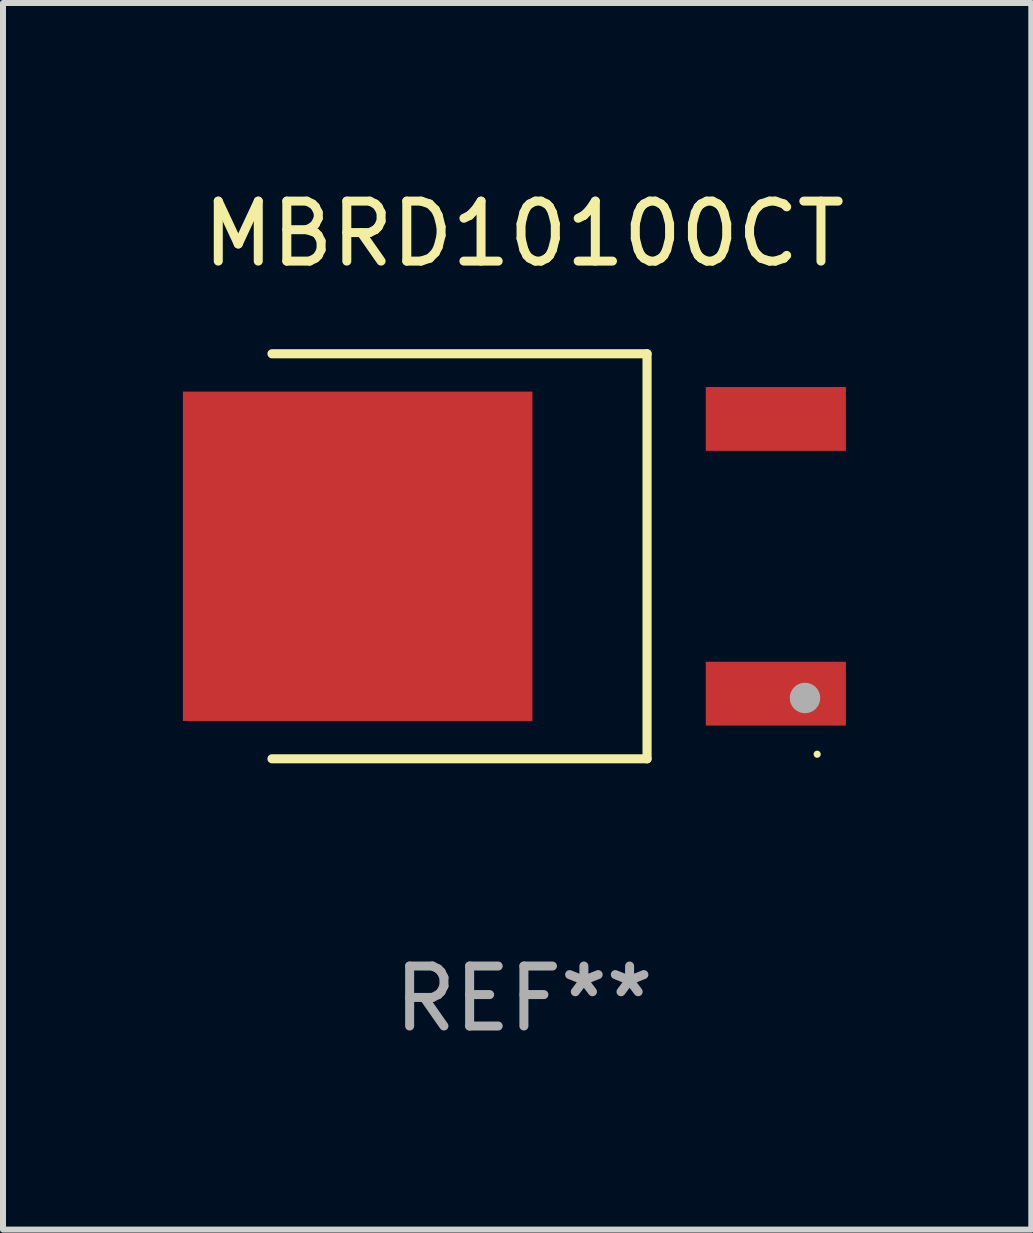
<source format=kicad_pcb>
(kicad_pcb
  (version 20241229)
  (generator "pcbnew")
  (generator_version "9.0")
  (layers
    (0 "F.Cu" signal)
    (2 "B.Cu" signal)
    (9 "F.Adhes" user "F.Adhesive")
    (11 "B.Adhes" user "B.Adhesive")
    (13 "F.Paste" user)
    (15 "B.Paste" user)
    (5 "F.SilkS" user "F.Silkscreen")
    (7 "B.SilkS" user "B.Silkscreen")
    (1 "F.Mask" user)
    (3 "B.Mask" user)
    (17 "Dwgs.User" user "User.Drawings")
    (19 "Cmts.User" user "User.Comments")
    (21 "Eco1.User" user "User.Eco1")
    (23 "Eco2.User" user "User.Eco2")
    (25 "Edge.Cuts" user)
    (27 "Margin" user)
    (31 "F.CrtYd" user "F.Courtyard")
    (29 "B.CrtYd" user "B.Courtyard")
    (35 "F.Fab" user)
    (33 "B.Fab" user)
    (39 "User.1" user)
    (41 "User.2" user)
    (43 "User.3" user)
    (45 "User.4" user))
  (footprint "MBRD10100CT"
    (layer "F.Cu")
    (at 5.684 6.224)
    (property "Reference" "MBRD10100CT" (at 0 -5.376 0) (layer "F.SilkS") (effects (font (size 1 1) (thickness 0.15))))
    (attr through_hole)
    (fp_line (start -4.2 -3.376) (end 2.053 -3.376) (stroke (width 0.152) (type solid)) (layer "F.SilkS"))
    (fp_line (start -4.2 3.376) (end 2.053 3.376) (stroke (width 0.152) (type solid)) (layer "F.SilkS"))
    (fp_line (start 2.053 3.376) (end 2.053 -3.376) (stroke (width 0.152) (type solid)) (layer "F.SilkS"))
    (fp_circle (center 4.889 3.3) (end 4.919 3.3) (stroke (width 0.06) (type solid)) (fill no) (layer "F.SilkS"))
    (fp_circle (center 4.686 2.362) (end 4.813 2.362) (stroke (width 0.254) (type solid)) (fill no) (layer "F.Fab"))
    (fp_text user "REF**" (at 0 7.376 0) (layer "F.Fab") (effects (font (size 1 1) (thickness 0.15))))
    (pad "1" smd rect (at 4.2 2.29) (size 2.336 1.064) (layers "F.Cu" "F.Mask" "F.Paste"))
    (pad "3" smd rect (at 4.2 -2.29) (size 2.336 1.064) (layers "F.Cu" "F.Mask" "F.Paste"))
    (pad "4" smd rect (at -2.771 0) (size 5.826 5.491) (layers "F.Cu" "F.Mask" "F.Paste")))
  (gr_rect
    (start -3 -3)
    (end 14.143 17.449)
    (stroke (width 0.1) (type default))
    (fill no)
    (layer "Edge.Cuts")))
</source>
